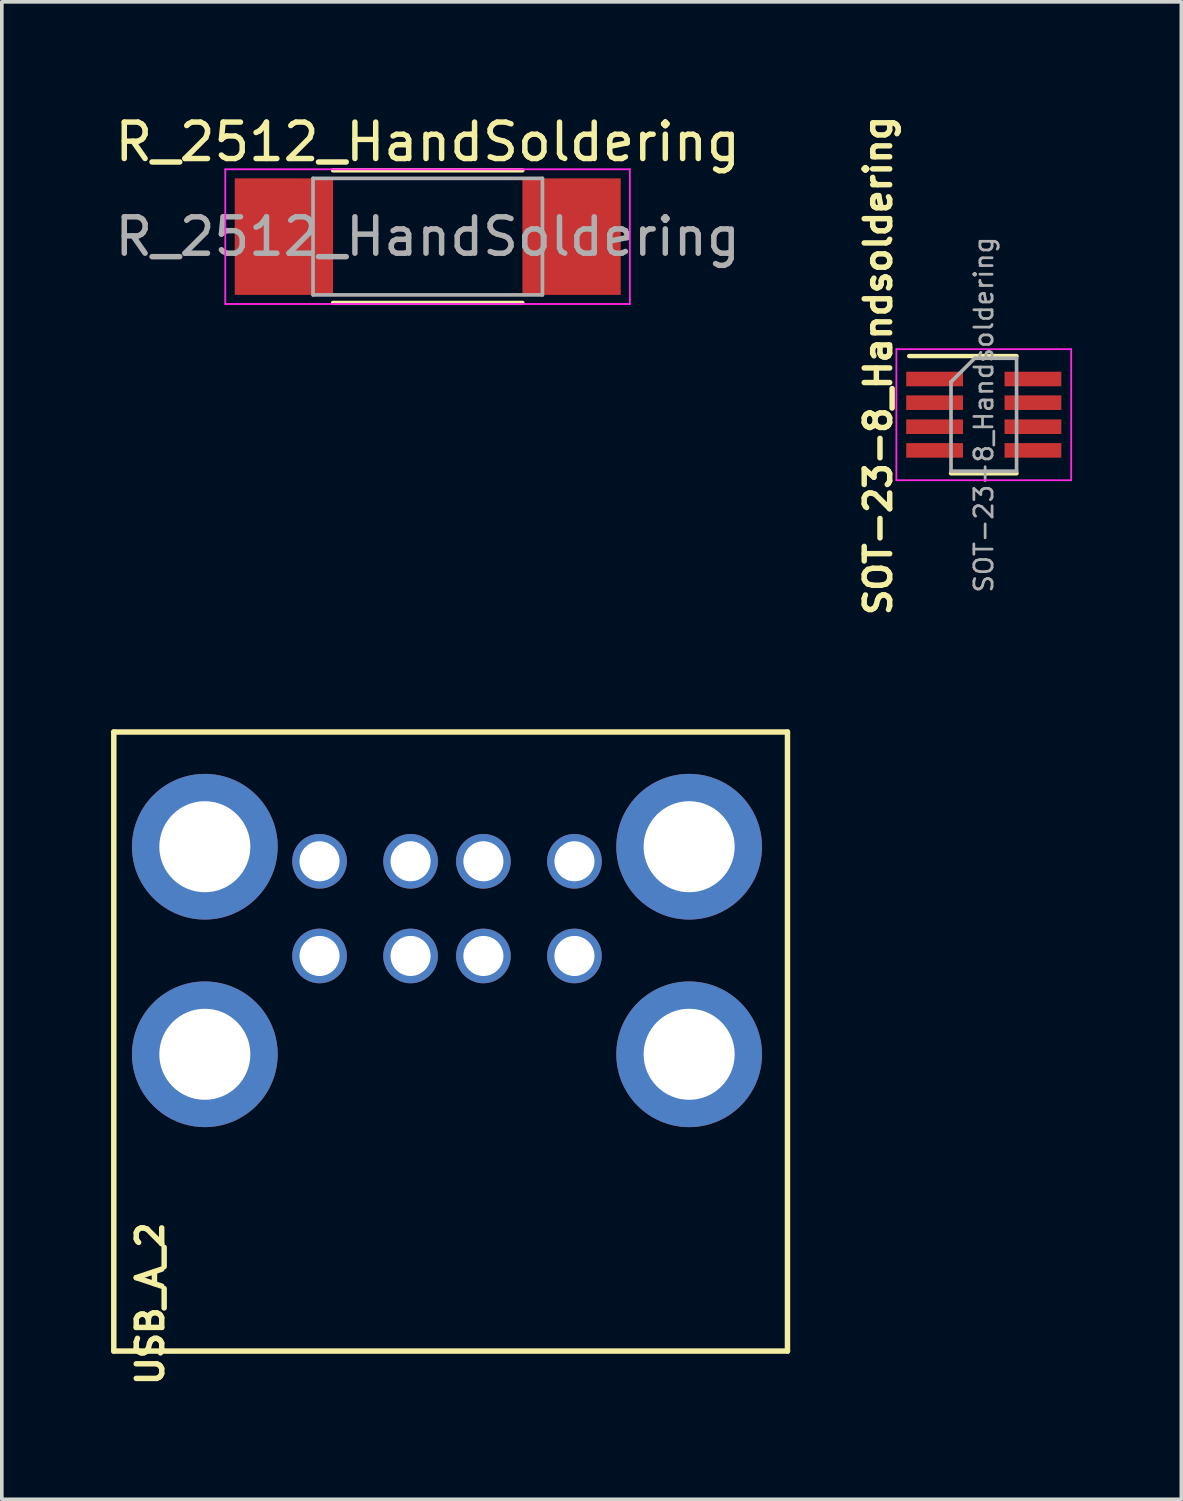
<source format=kicad_pcb>
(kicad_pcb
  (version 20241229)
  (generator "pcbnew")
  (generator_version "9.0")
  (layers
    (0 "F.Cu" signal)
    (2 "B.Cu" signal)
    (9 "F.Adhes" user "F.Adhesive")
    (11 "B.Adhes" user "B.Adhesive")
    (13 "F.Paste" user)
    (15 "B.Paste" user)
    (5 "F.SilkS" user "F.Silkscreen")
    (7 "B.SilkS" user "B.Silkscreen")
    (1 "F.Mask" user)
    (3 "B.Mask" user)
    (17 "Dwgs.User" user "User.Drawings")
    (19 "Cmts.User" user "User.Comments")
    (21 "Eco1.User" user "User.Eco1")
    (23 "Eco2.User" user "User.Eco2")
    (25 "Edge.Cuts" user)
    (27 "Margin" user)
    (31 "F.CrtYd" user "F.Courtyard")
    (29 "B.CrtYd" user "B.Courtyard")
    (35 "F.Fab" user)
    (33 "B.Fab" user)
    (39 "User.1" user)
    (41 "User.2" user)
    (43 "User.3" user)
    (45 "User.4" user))
  (footprint "SOT-23-8_Handsoldering"
    (layer "F.Cu")
    (at 23.966 8.338)
    (property "Reference" "SOT-23-8_Handsoldering" (at -2.9 -1.35 270) (layer "F.SilkS") (effects (font (size 0.7 0.7) (thickness 0.15))))
    (attr smd)
    (fp_line (start -0.9 1.61) (end 0.9 1.61) (stroke (width 0.12) (type solid)) (layer "F.SilkS"))
    (fp_line (start 0.9 -1.61) (end -2.05 -1.61) (stroke (width 0.12) (type solid)) (layer "F.SilkS"))
    (fp_line (start -2.4 -1.8) (end 2.4 -1.8) (stroke (width 0.05) (type solid)) (layer "F.CrtYd"))
    (fp_line (start -2.4 1.8) (end -2.4 -1.8) (stroke (width 0.05) (type solid)) (layer "F.CrtYd"))
    (fp_line (start 2.4 -1.8) (end 2.4 1.8) (stroke (width 0.05) (type solid)) (layer "F.CrtYd"))
    (fp_line (start 2.4 1.8) (end -2.4 1.8) (stroke (width 0.05) (type solid)) (layer "F.CrtYd"))
    (fp_line (start -0.9 -0.9) (end -0.9 1.55) (stroke (width 0.1) (type solid)) (layer "F.Fab"))
    (fp_line (start -0.9 -0.9) (end -0.25 -1.55) (stroke (width 0.1) (type solid)) (layer "F.Fab"))
    (fp_line (start 0.9 -1.55) (end -0.25 -1.55) (stroke (width 0.1) (type solid)) (layer "F.Fab"))
    (fp_line (start 0.9 -1.55) (end 0.9 1.55) (stroke (width 0.1) (type solid)) (layer "F.Fab"))
    (fp_line (start 0.9 1.55) (end -0.9 1.55) (stroke (width 0.1) (type solid)) (layer "F.Fab"))
    (fp_text user "${REFERENCE}" (at 0 0 90) (layer "F.Fab") (effects (font (size 0.5 0.5) (thickness 0.075))))
    (pad "1" smd rect (at -1.35 -0.98) (size 1.56 0.4) (layers "F.Cu" "F.Mask" "F.Paste"))
    (pad "2" smd rect (at -1.35 -0.33) (size 1.56 0.4) (layers "F.Cu" "F.Mask" "F.Paste"))
    (pad "3" smd rect (at -1.35 0.33) (size 1.56 0.4) (layers "F.Cu" "F.Mask" "F.Paste"))
    (pad "4" smd rect (at -1.35 0.98) (size 1.56 0.4) (layers "F.Cu" "F.Mask" "F.Paste"))
    (pad "5" smd rect (at 1.35 0.98) (size 1.56 0.4) (layers "F.Cu" "F.Mask" "F.Paste"))
    (pad "6" smd rect (at 1.35 0.33) (size 1.56 0.4) (layers "F.Cu" "F.Mask" "F.Paste"))
    (pad "7" smd rect (at 1.35 -0.33) (size 1.56 0.4) (layers "F.Cu" "F.Mask" "F.Paste"))
    (pad "8" smd rect (at 1.35 -0.98) (size 1.56 0.4) (layers "F.Cu" "F.Mask" "F.Paste")))
  (footprint "R_2512_HandSoldering"
    (layer "F.Cu")
    (at 8.696 3.448)
    (property "Reference" "R_2512_HandSoldering" (at 0 -2.6 0) (layer "F.SilkS") (effects (font (size 1 1) (thickness 0.15))))
    (attr smd)
    (fp_line (start -2.6 -1.82) (end 2.6 -1.82) (stroke (width 0.12) (type solid)) (layer "F.SilkS"))
    (fp_line (start 2.6 1.82) (end -2.6 1.82) (stroke (width 0.12) (type solid)) (layer "F.SilkS"))
    (fp_line (start -5.56 -1.85) (end -5.56 1.85) (stroke (width 0.05) (type solid)) (layer "F.CrtYd"))
    (fp_line (start -5.56 -1.85) (end 5.55 -1.85) (stroke (width 0.05) (type solid)) (layer "F.CrtYd"))
    (fp_line (start 5.55 1.85) (end -5.56 1.85) (stroke (width 0.05) (type solid)) (layer "F.CrtYd"))
    (fp_line (start 5.55 1.85) (end 5.55 -1.85) (stroke (width 0.05) (type solid)) (layer "F.CrtYd"))
    (fp_line (start -3.15 -1.6) (end 3.15 -1.6) (stroke (width 0.1) (type solid)) (layer "F.Fab"))
    (fp_line (start -3.15 1.6) (end -3.15 -1.6) (stroke (width 0.1) (type solid)) (layer "F.Fab"))
    (fp_line (start 3.15 -1.6) (end 3.15 1.6) (stroke (width 0.1) (type solid)) (layer "F.Fab"))
    (fp_line (start 3.15 1.6) (end -3.15 1.6) (stroke (width 0.1) (type solid)) (layer "F.Fab"))
    (fp_text user "${REFERENCE}" (at 0 0 0) (layer "F.Fab") (effects (font (size 1 1) (thickness 0.15))))
    (pad "1" smd rect (at -3.95 0) (size 2.7 3.2) (layers "F.Cu" "F.Mask" "F.Paste"))
    (pad "2" smd rect (at 3.95 0) (size 2.7 3.2) (layers "F.Cu" "F.Mask" "F.Paste")))
  (footprint "USB_A_2"
    (layer "F.Cu")
    (at 5.075 29.052)
    (property "Reference" "USB_A_2" (at -4 3.7 90) (layer "F.SilkS") (effects (font (size 0.7 0.7) (thickness 0.15))))
    (attr through_hole)
    (fp_line (start -5 -12) (end -5 5) (stroke (width 0.15) (type solid)) (layer "F.SilkS"))
    (fp_line (start -5 5) (end 13.5 5) (stroke (width 0.15) (type solid)) (layer "F.SilkS"))
    (fp_line (start 13.5 -12) (end -5 -12) (stroke (width 0.15) (type solid)) (layer "F.SilkS"))
    (fp_line (start 13.5 5) (end 13.5 -12) (stroke (width 0.15) (type solid)) (layer "F.SilkS"))
    (pad "1" thru_hole circle (at 7.65 -8.45) (size 1.5 1.5) (drill 1.1) (layers "*.Cu" "*.Mask"))
    (pad "1" thru_hole circle (at 7.65 -5.85) (size 1.5 1.5) (drill 1.1) (layers "*.Cu" "*.Mask"))
    (pad "2" thru_hole circle (at 0.65 -8.45) (size 1.5 1.5) (drill 1.1) (layers "*.Cu" "*.Mask"))
    (pad "2" thru_hole circle (at 0.65 -5.85) (size 1.5 1.5) (drill 1.1) (layers "*.Cu" "*.Mask"))
    (pad "3" thru_hole circle (at 5.15 -8.45) (size 1.5 1.5) (drill 1.1) (layers "*.Cu" "*.Mask"))
    (pad "4" thru_hole circle (at 3.15 -8.45) (size 1.5 1.5) (drill 1.1) (layers "*.Cu" "*.Mask"))
    (pad "5" thru_hole circle (at 5.15 -5.85) (size 1.5 1.5) (drill 1.1) (layers "*.Cu" "*.Mask"))
    (pad "6" thru_hole circle (at 3.15 -5.85) (size 1.5 1.5) (drill 1.1) (layers "*.Cu" "*.Mask"))
    (pad "7" thru_hole circle (at -2.5 -8.85) (size 4 4) (drill 2.5) (layers "*.Cu" "*.Mask"))
    (pad "7" thru_hole circle (at -2.5 -3.15) (size 4 4) (drill 2.5) (layers "*.Cu" "*.Mask"))
    (pad "7" thru_hole circle (at 10.8 -8.85) (size 4 4) (drill 2.5) (layers "*.Cu" "*.Mask"))
    (pad "7" thru_hole circle (at 10.8 -3.15) (size 4 4) (drill 2.5) (layers "*.Cu" "*.Mask")))
  (gr_rect
    (start -3 -3)
    (end 29.391 38.123)
    (stroke (width 0.1) (type default))
    (fill no)
    (layer "Edge.Cuts")))
</source>
